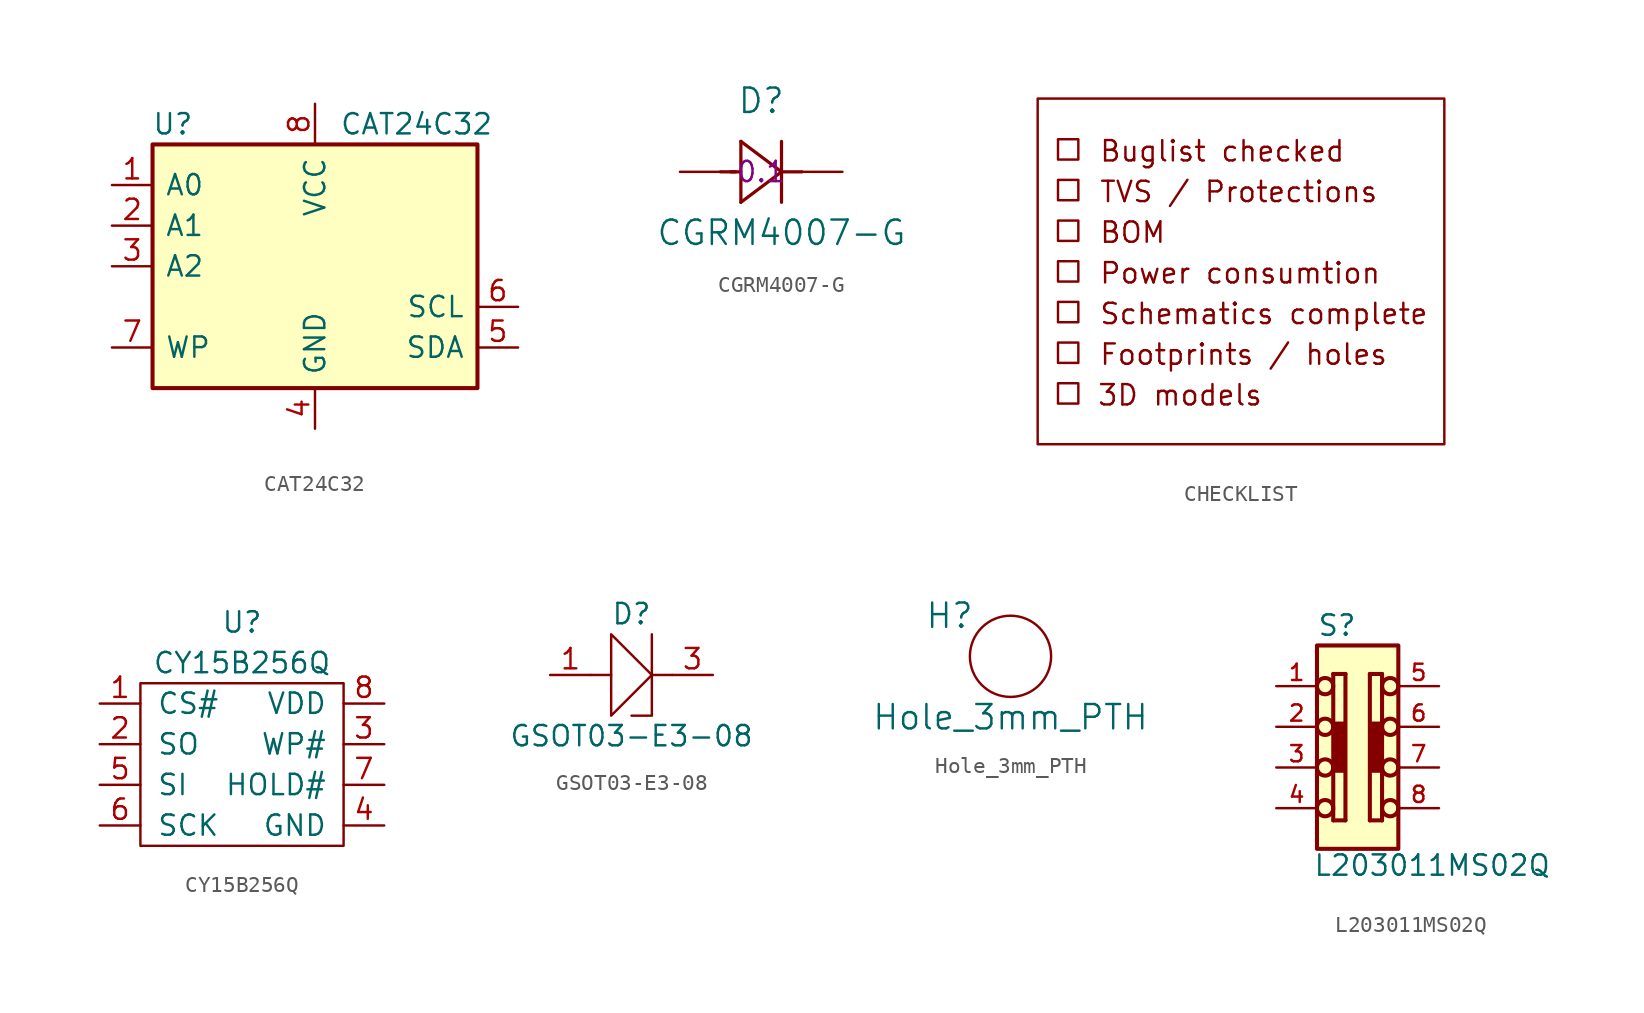
<source format=kicad_sym>
(kicad_symbol_lib
  (version 20211014)
  (generator kicad_symbol_editor)
  (symbol "CAT24C32"
    (pin_names
      (offset 0.762))
    (property "Reference" "U"
      (at -8.89 8.89 0)
      (effects (font (size 1.27 1.27))))
    (property "Value" "CAT24C32"
      (at 6.35 8.89 0)
      (effects (font (size 1.27 1.27))))
    (property "Footprint" ""
      (at 0 0 0)
      (effects (font (size 1.27 1.27))))
    (property "Datasheet" ""
      (at 0 0 0)
      (effects (font (size 1.27 1.27))))
    (symbol "CAT24C32_0_0"
      (pin power_in line (at 0 -10.16 90) (length 2.54) (name "GND" (effects (font (size 1.27 1.27)))) (number "4" (effects (font (size 1.27 1.27)))))
      (pin power_in line (at 0 10.16 270) (length 2.54) (name "VCC" (effects (font (size 1.27 1.27)))) (number "8" (effects (font (size 1.27 1.27))))))
    (symbol "CAT24C32_1_1"
      (rectangle (start -10.16 -7.62) (end 10.16 7.62) (stroke (width 0.254) (type default) (color 0 0 0 0)) (fill (type background)))
      (pin input line (at -12.7 5.08 0) (length 2.54) (name "A0" (effects (font (size 1.27 1.27)))) (number "1" (effects (font (size 1.27 1.27)))))
      (pin input line (at -12.7 2.54 0) (length 2.54) (name "A1" (effects (font (size 1.27 1.27)))) (number "2" (effects (font (size 1.27 1.27)))))
      (pin input line (at -12.7 0 0) (length 2.54) (name "A2" (effects (font (size 1.27 1.27)))) (number "3" (effects (font (size 1.27 1.27)))))
      (pin bidirectional line (at 12.7 -5.08 180) (length 2.54) (name "SDA" (effects (font (size 1.27 1.27)))) (number "5" (effects (font (size 1.27 1.27)))))
      (pin input line (at 12.7 -2.54 180) (length 2.54) (name "SCL" (effects (font (size 1.27 1.27)))) (number "6" (effects (font (size 1.27 1.27)))))
      (pin input line (at -12.7 -5.08 0) (length 2.54) (name "WP" (effects (font (size 1.27 1.27)))) (number "7" (effects (font (size 1.27 1.27)))))))
  (symbol "CGRM4007-G"
    (pin_numbers hide)
    (pin_names
      (offset -1.651) hide)
    (property "Reference" "D"
      (at 0 4.445 0)
      (effects (font (size 1.524 1.524))))
    (property "Value" "CGRM4007-G"
      (at 1.27 -3.81 0)
      (effects (font (size 1.524 1.524))))
    (property "Price" "0.1"
      (at 0 0 0)
      (effects (font (size 1.27 1.27))))
    (symbol "CGRM4007-G_1_1"
      (polyline (pts (xy -2.54 0) (xy -1.6 0)) (stroke (width 0.203) (type default) (color 0 0 0 0)) (fill (type none)))
      (polyline (pts (xy -1.905 0) (xy -1.27 0)) (stroke (width 0.203) (type default) (color 0 0 0 0)) (fill (type none)))
      (polyline (pts (xy -1.27 -1.905) (xy 1.27 0)) (stroke (width 0.203) (type default) (color 0 0 0 0)) (fill (type none)))
      (polyline (pts (xy -1.27 1.905) (xy -1.27 -1.905)) (stroke (width 0.203) (type default) (color 0 0 0 0)) (fill (type none)))
      (polyline (pts (xy 1.27 -1.905) (xy 1.27 1.905)) (stroke (width 0.203) (type default) (color 0 0 0 0)) (fill (type none)))
      (polyline (pts (xy 1.27 0) (xy -1.27 1.905)) (stroke (width 0.203) (type default) (color 0 0 0 0)) (fill (type none)))
      (polyline (pts (xy 1.27 0) (xy 2.54 0)) (stroke (width 0.203) (type default) (color 0 0 0 0)) (fill (type none)))
      (pin passive line (at 5.08 0 180) (length 2.54) (name "~" (effects (font (size 1.499 1.499)))) (number "1" (effects (font (size 1.499 1.499)))))
      (pin passive line (at -5.08 0 0) (length 2.54) (name "~" (effects (font (size 1.499 1.499)))) (number "2" (effects (font (size 1.499 1.499)))))))
  (symbol "CHECKLIST"
    (pin_numbers hide)
    (pin_names
      (offset 0) hide)
    (property "Reference" "#NONE"
      (at -6.35 10.16 0)
      (effects (font (size 1.27 1.27)) hide))
    (symbol "CHECKLIST_0_0"
      (rectangle (start -11.43 10.16) (end 13.97 -11.43) (stroke (width 0) (type default) (color 0 0 0 0)) (fill (type none)))
      (rectangle (start -10.16 7.62) (end -8.89 6.35) (stroke (width 0) (type default) (color 0 0 0 0)) (fill (type none)))
      (text "3D models" (at -2.54 -7.62 0) (effects (font (size 1.27 1.27)) (justify top)))
      (text "BOM" (at -7.62 2.54 0) (effects (font (size 1.27 1.27)) (justify left top)))
      (text "Buglist checked" (at -7.62 7.62 0) (effects (font (size 1.27 1.27)) (justify left top)))
      (text "Footprints / holes" (at -7.62 -5.08 0) (effects (font (size 1.27 1.27)) (justify left top)))
      (text "Power consumtion" (at -7.62 0 0) (effects (font (size 1.27 1.27)) (justify left top)))
      (text "Schematics complete" (at -7.62 -2.54 0) (effects (font (size 1.27 1.27)) (justify left top)))
      (text "TVS / Protections" (at -7.62 5.08 0) (effects (font (size 1.27 1.27)) (justify left top))))
    (symbol "CHECKLIST_1_1"
      (rectangle (start -10.16 -7.62) (end -8.89 -8.89) (stroke (width 0) (type default) (color 0 0 0 0)) (fill (type none)))
      (rectangle (start -10.16 -5.08) (end -8.89 -6.35) (stroke (width 0) (type default) (color 0 0 0 0)) (fill (type none)))
      (rectangle (start -10.16 -2.54) (end -8.89 -3.81) (stroke (width 0) (type default) (color 0 0 0 0)) (fill (type none)))
      (rectangle (start -10.16 0) (end -8.89 -1.27) (stroke (width 0) (type default) (color 0 0 0 0)) (fill (type none)))
      (rectangle (start -10.16 2.54) (end -8.89 1.27) (stroke (width 0) (type default) (color 0 0 0 0)) (fill (type none)))
      (rectangle (start -10.16 5.08) (end -8.89 3.81) (stroke (width 0) (type default) (color 0 0 0 0)) (fill (type none)))))
  (symbol "CY15B256Q"
    (pin_names
      (offset 1.016))
    (property "Reference" "U"
      (at 0 8.89 0)
      (effects (font (size 1.27 1.27))))
    (property "Value" "CY15B256Q"
      (at 0 6.35 0)
      (effects (font (size 1.27 1.27))))
    (symbol "CY15B256Q_0_1"
      (rectangle (start -6.35 5.08) (end 6.35 -5.08) (stroke (width 0) (type default) (color 0 0 0 0)) (fill (type none))))
    (symbol "CY15B256Q_1_1"
      (pin input line (at -8.89 3.81 0) (length 2.54) (name "CS#" (effects (font (size 1.27 1.27)))) (number "1" (effects (font (size 1.27 1.27)))))
      (pin bidirectional line (at -8.89 1.27 0) (length 2.54) (name "SO" (effects (font (size 1.27 1.27)))) (number "2" (effects (font (size 1.27 1.27)))))
      (pin input line (at 8.89 1.27 180) (length 2.54) (name "WP#" (effects (font (size 1.27 1.27)))) (number "3" (effects (font (size 1.27 1.27)))))
      (pin power_in line (at 8.89 -3.81 180) (length 2.54) (name "GND" (effects (font (size 1.27 1.27)))) (number "4" (effects (font (size 1.27 1.27)))))
      (pin input line (at -8.89 -1.27 0) (length 2.54) (name "SI" (effects (font (size 1.27 1.27)))) (number "5" (effects (font (size 1.27 1.27)))))
      (pin input line (at -8.89 -3.81 0) (length 2.54) (name "SCK" (effects (font (size 1.27 1.27)))) (number "6" (effects (font (size 1.27 1.27)))))
      (pin input line (at 8.89 -1.27 180) (length 2.54) (name "HOLD#" (effects (font (size 1.27 1.27)))) (number "7" (effects (font (size 1.27 1.27)))))
      (pin power_in line (at 8.89 3.81 180) (length 2.54) (name "VDD" (effects (font (size 1.27 1.27)))) (number "8" (effects (font (size 1.27 1.27)))))))
  (symbol "GSOT03-E3-08"
    (pin_names
      (offset 1.016))
    (property "Reference" "D"
      (at 0 3.81 0)
      (effects (font (size 1.27 1.27))))
    (property "Value" "GSOT03-E3-08"
      (at 0 -3.81 0)
      (effects (font (size 1.27 1.27))))
    (symbol "GSOT03-E3-08_0_1"
      (polyline (pts (xy -1.27 0) (xy -2.54 0)) (stroke (width 0) (type default) (color 0 0 0 0)) (fill (type none)))
      (polyline (pts (xy 1.27 0) (xy 1.27 2.54)) (stroke (width 0) (type default) (color 0 0 0 0)) (fill (type none)))
      (polyline (pts (xy 1.27 0) (xy 2.54 0)) (stroke (width 0) (type default) (color 0 0 0 0)) (fill (type none)))
      (polyline (pts (xy 1.27 0) (xy 1.27 -2.54) (xy 0 -2.54)) (stroke (width 0) (type default) (color 0 0 0 0)) (fill (type none)))
      (polyline (pts (xy -1.27 2.54) (xy -1.27 -2.54) (xy 1.27 0) (xy -1.27 2.54)) (stroke (width 0) (type default) (color 0 0 0 0)) (fill (type none))))
    (symbol "GSOT03-E3-08_1_1"
      (pin passive line (at -5.08 0 0) (length 2.54) (name "~" (effects (font (size 1.27 1.27)))) (number "1" (effects (font (size 1.27 1.27)))))
      (pin passive line (at 5.08 0 180) (length 2.54) (name "~" (effects (font (size 1.27 1.27)))) (number "3" (effects (font (size 1.27 1.27)))))))
  (symbol "Hole_3mm_PTH"
    (pin_numbers hide)
    (pin_names
      (offset 1.016) hide)
    (property "Reference" "H"
      (at -3.81 2.54 0)
      (effects (font (size 1.524 1.524))))
    (property "Value" "Hole_3mm_PTH"
      (at 0 -3.81 0)
      (effects (font (size 1.524 1.524))))
    (symbol "Hole_3mm_PTH_0_1"
      (circle (center 0 0) (radius 2.54) (stroke (width 0) (type default) (color 0 0 0 0)) (fill (type none)))))
  (symbol "L203011MS02Q"
    (pin_names
      (offset 1.016) hide)
    (property "Reference" "S"
      (at -2.54 8.128 0)
      (effects (font (size 1.27 1.27)) (justify left bottom)))
    (property "Value" "L203011MS02Q"
      (at -2.794 -6.858 0)
      (effects (font (size 1.27 1.27)) (justify left bottom)))
    (symbol "L203011MS02Q_0_0"
      (rectangle (start -2.54 -5.08) (end 2.54 7.62) (stroke (width 0.254) (type default) (color 0 0 0 0)) (fill (type background)))
      (circle (center -2.032 -2.54) (radius 0.508) (stroke (width 0.254) (type default) (color 0 0 0 0)) (fill (type none)))
      (circle (center -2.032 0) (radius 0.508) (stroke (width 0.254) (type default) (color 0 0 0 0)) (fill (type none)))
      (circle (center -2.032 2.54) (radius 0.508) (stroke (width 0.254) (type default) (color 0 0 0 0)) (fill (type none)))
      (circle (center -2.032 5.08) (radius 0.508) (stroke (width 0.254) (type default) (color 0 0 0 0)) (fill (type none)))
      (rectangle (start -1.524 -0.254) (end -0.762 2.794) (stroke (width 0) (type default) (color 0 0 0 0)) (fill (type outline)))
      (polyline (pts (xy -1.524 -3.302) (xy -1.524 5.842)) (stroke (width 0.254) (type default) (color 0 0 0 0)) (fill (type none)))
      (polyline (pts (xy -1.524 5.842) (xy -0.762 5.842)) (stroke (width 0.254) (type default) (color 0 0 0 0)) (fill (type none)))
      (polyline (pts (xy -0.762 -3.302) (xy -1.524 -3.302)) (stroke (width 0.254) (type default) (color 0 0 0 0)) (fill (type none)))
      (polyline (pts (xy -0.762 5.842) (xy -0.762 -3.302)) (stroke (width 0.254) (type default) (color 0 0 0 0)) (fill (type none)))
      (polyline (pts (xy 0.762 -3.302) (xy 0.762 5.842)) (stroke (width 0.254) (type default) (color 0 0 0 0)) (fill (type none)))
      (polyline (pts (xy 0.762 5.842) (xy 1.524 5.842)) (stroke (width 0.254) (type default) (color 0 0 0 0)) (fill (type none)))
      (polyline (pts (xy 1.524 -3.302) (xy 0.762 -3.302)) (stroke (width 0.254) (type default) (color 0 0 0 0)) (fill (type none)))
      (polyline (pts (xy 1.524 5.842) (xy 1.524 -3.302)) (stroke (width 0.254) (type default) (color 0 0 0 0)) (fill (type none)))
      (rectangle (start 0.762 -0.254) (end 1.524 2.794) (stroke (width 0) (type default) (color 0 0 0 0)) (fill (type outline)))
      (circle (center 2.032 -2.54) (radius 0.508) (stroke (width 0.254) (type default) (color 0 0 0 0)) (fill (type none)))
      (circle (center 2.032 0) (radius 0.508) (stroke (width 0.254) (type default) (color 0 0 0 0)) (fill (type none)))
      (circle (center 2.032 2.54) (radius 0.508) (stroke (width 0.254) (type default) (color 0 0 0 0)) (fill (type none)))
      (circle (center 2.032 5.08) (radius 0.508) (stroke (width 0.254) (type default) (color 0 0 0 0)) (fill (type none)))
      (pin passive line (at -5.08 5.08 0) (length 2.54) (name "~" (effects (font (size 1.016 1.016)))) (number "1" (effects (font (size 1.016 1.016)))))
      (pin passive line (at -5.08 2.54 0) (length 2.54) (name "~" (effects (font (size 1.016 1.016)))) (number "2" (effects (font (size 1.016 1.016)))))
      (pin passive line (at -5.08 0 0) (length 2.54) (name "~" (effects (font (size 1.016 1.016)))) (number "3" (effects (font (size 1.016 1.016)))))
      (pin passive line (at -5.08 -2.54 0) (length 2.54) (name "~" (effects (font (size 1.016 1.016)))) (number "4" (effects (font (size 1.016 1.016)))))
      (pin passive line (at 5.08 5.08 180) (length 2.54) (name "~" (effects (font (size 1.016 1.016)))) (number "5" (effects (font (size 1.016 1.016)))))
      (pin passive line (at 5.08 2.54 180) (length 2.54) (name "~" (effects (font (size 1.016 1.016)))) (number "6" (effects (font (size 1.016 1.016)))))
      (pin passive line (at 5.08 0 180) (length 2.54) (name "~" (effects (font (size 1.016 1.016)))) (number "7" (effects (font (size 1.016 1.016)))))
      (pin passive line (at 5.08 -2.54 180) (length 2.54) (name "~" (effects (font (size 1.016 1.016)))) (number "8" (effects (font (size 1.016 1.016))))))))
</source>
